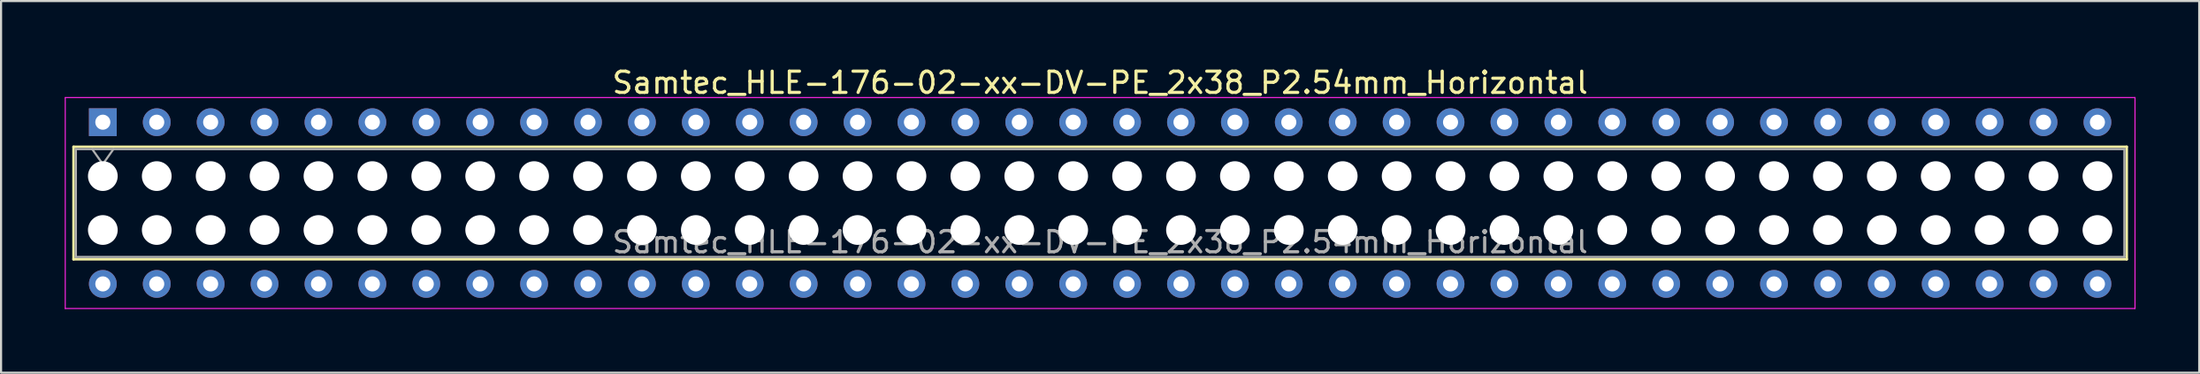
<source format=kicad_pcb>
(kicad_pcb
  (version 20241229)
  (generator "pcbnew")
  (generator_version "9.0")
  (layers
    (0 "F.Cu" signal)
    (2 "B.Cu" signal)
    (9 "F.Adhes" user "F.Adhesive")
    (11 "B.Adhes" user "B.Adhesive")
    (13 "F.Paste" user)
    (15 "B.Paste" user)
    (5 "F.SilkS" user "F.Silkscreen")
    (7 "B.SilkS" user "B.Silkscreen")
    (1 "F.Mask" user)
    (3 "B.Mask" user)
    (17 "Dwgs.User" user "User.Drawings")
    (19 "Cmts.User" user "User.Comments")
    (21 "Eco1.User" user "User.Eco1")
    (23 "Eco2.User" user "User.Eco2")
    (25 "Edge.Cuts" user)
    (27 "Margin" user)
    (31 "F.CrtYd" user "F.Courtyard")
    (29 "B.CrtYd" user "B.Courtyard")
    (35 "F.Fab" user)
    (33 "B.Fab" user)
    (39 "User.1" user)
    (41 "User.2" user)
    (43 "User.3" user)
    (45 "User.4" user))
  (footprint "Samtec_HLE-176-02-xx-DV-PE_2x38_P2.54mm_Horizontal"
    (layer "F.Cu")
    (at 1.795 2.708)
    (property "Reference" "Samtec_HLE-176-02-xx-DV-PE_2x38_P2.54mm_Horizontal" (at 46.99 -1.86 0) (layer "F.SilkS") (effects (font (size 1 1) (thickness 0.15))))
    (attr through_hole)
    (fp_line (start -1.38 1.16) (end 95.36 1.16) (stroke (width 0.12) (type solid)) (layer "F.SilkS"))
    (fp_line (start -1.38 6.46) (end -1.38 1.16) (stroke (width 0.12) (type solid)) (layer "F.SilkS"))
    (fp_line (start 95.36 1.16) (end 95.36 6.46) (stroke (width 0.12) (type solid)) (layer "F.SilkS"))
    (fp_line (start 95.36 6.46) (end -1.38 6.46) (stroke (width 0.12) (type solid)) (layer "F.SilkS"))
    (fp_line (start -1.77 -1.16) (end 95.75 -1.16) (stroke (width 0.05) (type solid)) (layer "F.CrtYd"))
    (fp_line (start -1.77 8.78) (end -1.77 -1.16) (stroke (width 0.05) (type solid)) (layer "F.CrtYd"))
    (fp_line (start 95.75 -1.16) (end 95.75 8.78) (stroke (width 0.05) (type solid)) (layer "F.CrtYd"))
    (fp_line (start 95.75 8.78) (end -1.77 8.78) (stroke (width 0.05) (type solid)) (layer "F.CrtYd"))
    (fp_line (start -1.27 1.27) (end 95.25 1.27) (stroke (width 0.1) (type solid)) (layer "F.Fab"))
    (fp_line (start -1.27 6.35) (end -1.27 1.27) (stroke (width 0.1) (type solid)) (layer "F.Fab"))
    (fp_line (start -0.5 1.27) (end 0 1.977) (stroke (width 0.1) (type solid)) (layer "F.Fab"))
    (fp_line (start 0 1.977) (end 0.5 1.27) (stroke (width 0.1) (type solid)) (layer "F.Fab"))
    (fp_line (start 95.25 1.27) (end 95.25 6.35) (stroke (width 0.1) (type solid)) (layer "F.Fab"))
    (fp_line (start 95.25 6.35) (end -1.27 6.35) (stroke (width 0.1) (type solid)) (layer "F.Fab"))
    (fp_text user "${REFERENCE}" (at 46.99 5.65 0) (layer "F.Fab") (effects (font (size 1 1) (thickness 0.15))))
    (pad "" np_thru_hole circle (at 0 2.54) (size 1.4 1.4) (drill 1.4) (layers "*.Cu" "*.Mask"))
    (pad "" np_thru_hole circle (at 0 5.08) (size 1.4 1.4) (drill 1.4) (layers "*.Cu" "*.Mask"))
    (pad "" np_thru_hole circle (at 2.54 2.54) (size 1.4 1.4) (drill 1.4) (layers "*.Cu" "*.Mask"))
    (pad "" np_thru_hole circle (at 2.54 5.08) (size 1.4 1.4) (drill 1.4) (layers "*.Cu" "*.Mask"))
    (pad "" np_thru_hole circle (at 5.08 2.54) (size 1.4 1.4) (drill 1.4) (layers "*.Cu" "*.Mask"))
    (pad "" np_thru_hole circle (at 5.08 5.08) (size 1.4 1.4) (drill 1.4) (layers "*.Cu" "*.Mask"))
    (pad "" np_thru_hole circle (at 7.62 2.54) (size 1.4 1.4) (drill 1.4) (layers "*.Cu" "*.Mask"))
    (pad "" np_thru_hole circle (at 7.62 5.08) (size 1.4 1.4) (drill 1.4) (layers "*.Cu" "*.Mask"))
    (pad "" np_thru_hole circle (at 10.16 2.54) (size 1.4 1.4) (drill 1.4) (layers "*.Cu" "*.Mask"))
    (pad "" np_thru_hole circle (at 10.16 5.08) (size 1.4 1.4) (drill 1.4) (layers "*.Cu" "*.Mask"))
    (pad "" np_thru_hole circle (at 12.7 2.54) (size 1.4 1.4) (drill 1.4) (layers "*.Cu" "*.Mask"))
    (pad "" np_thru_hole circle (at 12.7 5.08) (size 1.4 1.4) (drill 1.4) (layers "*.Cu" "*.Mask"))
    (pad "" np_thru_hole circle (at 15.24 2.54) (size 1.4 1.4) (drill 1.4) (layers "*.Cu" "*.Mask"))
    (pad "" np_thru_hole circle (at 15.24 5.08) (size 1.4 1.4) (drill 1.4) (layers "*.Cu" "*.Mask"))
    (pad "" np_thru_hole circle (at 17.78 2.54) (size 1.4 1.4) (drill 1.4) (layers "*.Cu" "*.Mask"))
    (pad "" np_thru_hole circle (at 17.78 5.08) (size 1.4 1.4) (drill 1.4) (layers "*.Cu" "*.Mask"))
    (pad "" np_thru_hole circle (at 20.32 2.54) (size 1.4 1.4) (drill 1.4) (layers "*.Cu" "*.Mask"))
    (pad "" np_thru_hole circle (at 20.32 5.08) (size 1.4 1.4) (drill 1.4) (layers "*.Cu" "*.Mask"))
    (pad "" np_thru_hole circle (at 22.86 2.54) (size 1.4 1.4) (drill 1.4) (layers "*.Cu" "*.Mask"))
    (pad "" np_thru_hole circle (at 22.86 5.08) (size 1.4 1.4) (drill 1.4) (layers "*.Cu" "*.Mask"))
    (pad "" np_thru_hole circle (at 25.4 2.54) (size 1.4 1.4) (drill 1.4) (layers "*.Cu" "*.Mask"))
    (pad "" np_thru_hole circle (at 25.4 5.08) (size 1.4 1.4) (drill 1.4) (layers "*.Cu" "*.Mask"))
    (pad "" np_thru_hole circle (at 27.94 2.54) (size 1.4 1.4) (drill 1.4) (layers "*.Cu" "*.Mask"))
    (pad "" np_thru_hole circle (at 27.94 5.08) (size 1.4 1.4) (drill 1.4) (layers "*.Cu" "*.Mask"))
    (pad "" np_thru_hole circle (at 30.48 2.54) (size 1.4 1.4) (drill 1.4) (layers "*.Cu" "*.Mask"))
    (pad "" np_thru_hole circle (at 30.48 5.08) (size 1.4 1.4) (drill 1.4) (layers "*.Cu" "*.Mask"))
    (pad "" np_thru_hole circle (at 33.02 2.54) (size 1.4 1.4) (drill 1.4) (layers "*.Cu" "*.Mask"))
    (pad "" np_thru_hole circle (at 33.02 5.08) (size 1.4 1.4) (drill 1.4) (layers "*.Cu" "*.Mask"))
    (pad "" np_thru_hole circle (at 35.56 2.54) (size 1.4 1.4) (drill 1.4) (layers "*.Cu" "*.Mask"))
    (pad "" np_thru_hole circle (at 35.56 5.08) (size 1.4 1.4) (drill 1.4) (layers "*.Cu" "*.Mask"))
    (pad "" np_thru_hole circle (at 38.1 2.54) (size 1.4 1.4) (drill 1.4) (layers "*.Cu" "*.Mask"))
    (pad "" np_thru_hole circle (at 38.1 5.08) (size 1.4 1.4) (drill 1.4) (layers "*.Cu" "*.Mask"))
    (pad "" np_thru_hole circle (at 40.64 2.54) (size 1.4 1.4) (drill 1.4) (layers "*.Cu" "*.Mask"))
    (pad "" np_thru_hole circle (at 40.64 5.08) (size 1.4 1.4) (drill 1.4) (layers "*.Cu" "*.Mask"))
    (pad "" np_thru_hole circle (at 43.18 2.54) (size 1.4 1.4) (drill 1.4) (layers "*.Cu" "*.Mask"))
    (pad "" np_thru_hole circle (at 43.18 5.08) (size 1.4 1.4) (drill 1.4) (layers "*.Cu" "*.Mask"))
    (pad "" np_thru_hole circle (at 45.72 2.54) (size 1.4 1.4) (drill 1.4) (layers "*.Cu" "*.Mask"))
    (pad "" np_thru_hole circle (at 45.72 5.08) (size 1.4 1.4) (drill 1.4) (layers "*.Cu" "*.Mask"))
    (pad "" np_thru_hole circle (at 48.26 2.54) (size 1.4 1.4) (drill 1.4) (layers "*.Cu" "*.Mask"))
    (pad "" np_thru_hole circle (at 48.26 5.08) (size 1.4 1.4) (drill 1.4) (layers "*.Cu" "*.Mask"))
    (pad "" np_thru_hole circle (at 50.8 2.54) (size 1.4 1.4) (drill 1.4) (layers "*.Cu" "*.Mask"))
    (pad "" np_thru_hole circle (at 50.8 5.08) (size 1.4 1.4) (drill 1.4) (layers "*.Cu" "*.Mask"))
    (pad "" np_thru_hole circle (at 53.34 2.54) (size 1.4 1.4) (drill 1.4) (layers "*.Cu" "*.Mask"))
    (pad "" np_thru_hole circle (at 53.34 5.08) (size 1.4 1.4) (drill 1.4) (layers "*.Cu" "*.Mask"))
    (pad "" np_thru_hole circle (at 55.88 2.54) (size 1.4 1.4) (drill 1.4) (layers "*.Cu" "*.Mask"))
    (pad "" np_thru_hole circle (at 55.88 5.08) (size 1.4 1.4) (drill 1.4) (layers "*.Cu" "*.Mask"))
    (pad "" np_thru_hole circle (at 58.42 2.54) (size 1.4 1.4) (drill 1.4) (layers "*.Cu" "*.Mask"))
    (pad "" np_thru_hole circle (at 58.42 5.08) (size 1.4 1.4) (drill 1.4) (layers "*.Cu" "*.Mask"))
    (pad "" np_thru_hole circle (at 60.96 2.54) (size 1.4 1.4) (drill 1.4) (layers "*.Cu" "*.Mask"))
    (pad "" np_thru_hole circle (at 60.96 5.08) (size 1.4 1.4) (drill 1.4) (layers "*.Cu" "*.Mask"))
    (pad "" np_thru_hole circle (at 63.5 2.54) (size 1.4 1.4) (drill 1.4) (layers "*.Cu" "*.Mask"))
    (pad "" np_thru_hole circle (at 63.5 5.08) (size 1.4 1.4) (drill 1.4) (layers "*.Cu" "*.Mask"))
    (pad "" np_thru_hole circle (at 66.04 2.54) (size 1.4 1.4) (drill 1.4) (layers "*.Cu" "*.Mask"))
    (pad "" np_thru_hole circle (at 66.04 5.08) (size 1.4 1.4) (drill 1.4) (layers "*.Cu" "*.Mask"))
    (pad "" np_thru_hole circle (at 68.58 2.54) (size 1.4 1.4) (drill 1.4) (layers "*.Cu" "*.Mask"))
    (pad "" np_thru_hole circle (at 68.58 5.08) (size 1.4 1.4) (drill 1.4) (layers "*.Cu" "*.Mask"))
    (pad "" np_thru_hole circle (at 71.12 2.54) (size 1.4 1.4) (drill 1.4) (layers "*.Cu" "*.Mask"))
    (pad "" np_thru_hole circle (at 71.12 5.08) (size 1.4 1.4) (drill 1.4) (layers "*.Cu" "*.Mask"))
    (pad "" np_thru_hole circle (at 73.66 2.54) (size 1.4 1.4) (drill 1.4) (layers "*.Cu" "*.Mask"))
    (pad "" np_thru_hole circle (at 73.66 5.08) (size 1.4 1.4) (drill 1.4) (layers "*.Cu" "*.Mask"))
    (pad "" np_thru_hole circle (at 76.2 2.54) (size 1.4 1.4) (drill 1.4) (layers "*.Cu" "*.Mask"))
    (pad "" np_thru_hole circle (at 76.2 5.08) (size 1.4 1.4) (drill 1.4) (layers "*.Cu" "*.Mask"))
    (pad "" np_thru_hole circle (at 78.74 2.54) (size 1.4 1.4) (drill 1.4) (layers "*.Cu" "*.Mask"))
    (pad "" np_thru_hole circle (at 78.74 5.08) (size 1.4 1.4) (drill 1.4) (layers "*.Cu" "*.Mask"))
    (pad "" np_thru_hole circle (at 81.28 2.54) (size 1.4 1.4) (drill 1.4) (layers "*.Cu" "*.Mask"))
    (pad "" np_thru_hole circle (at 81.28 5.08) (size 1.4 1.4) (drill 1.4) (layers "*.Cu" "*.Mask"))
    (pad "" np_thru_hole circle (at 83.82 2.54) (size 1.4 1.4) (drill 1.4) (layers "*.Cu" "*.Mask"))
    (pad "" np_thru_hole circle (at 83.82 5.08) (size 1.4 1.4) (drill 1.4) (layers "*.Cu" "*.Mask"))
    (pad "" np_thru_hole circle (at 86.36 2.54) (size 1.4 1.4) (drill 1.4) (layers "*.Cu" "*.Mask"))
    (pad "" np_thru_hole circle (at 86.36 5.08) (size 1.4 1.4) (drill 1.4) (layers "*.Cu" "*.Mask"))
    (pad "" np_thru_hole circle (at 88.9 2.54) (size 1.4 1.4) (drill 1.4) (layers "*.Cu" "*.Mask"))
    (pad "" np_thru_hole circle (at 88.9 5.08) (size 1.4 1.4) (drill 1.4) (layers "*.Cu" "*.Mask"))
    (pad "" np_thru_hole circle (at 91.44 2.54) (size 1.4 1.4) (drill 1.4) (layers "*.Cu" "*.Mask"))
    (pad "" np_thru_hole circle (at 91.44 5.08) (size 1.4 1.4) (drill 1.4) (layers "*.Cu" "*.Mask"))
    (pad "" np_thru_hole circle (at 93.98 2.54) (size 1.4 1.4) (drill 1.4) (layers "*.Cu" "*.Mask"))
    (pad "" np_thru_hole circle (at 93.98 5.08) (size 1.4 1.4) (drill 1.4) (layers "*.Cu" "*.Mask"))
    (pad "1" thru_hole rect (at 0 0) (size 1.31 1.31) (drill 0.71) (layers "*.Cu" "*.Mask"))
    (pad "2" thru_hole circle (at 0 7.62) (size 1.31 1.31) (drill 0.71) (layers "*.Cu" "*.Mask"))
    (pad "3" thru_hole circle (at 2.54 0) (size 1.31 1.31) (drill 0.71) (layers "*.Cu" "*.Mask"))
    (pad "4" thru_hole circle (at 2.54 7.62) (size 1.31 1.31) (drill 0.71) (layers "*.Cu" "*.Mask"))
    (pad "5" thru_hole circle (at 5.08 0) (size 1.31 1.31) (drill 0.71) (layers "*.Cu" "*.Mask"))
    (pad "6" thru_hole circle (at 5.08 7.62) (size 1.31 1.31) (drill 0.71) (layers "*.Cu" "*.Mask"))
    (pad "7" thru_hole circle (at 7.62 0) (size 1.31 1.31) (drill 0.71) (layers "*.Cu" "*.Mask"))
    (pad "8" thru_hole circle (at 7.62 7.62) (size 1.31 1.31) (drill 0.71) (layers "*.Cu" "*.Mask"))
    (pad "9" thru_hole circle (at 10.16 0) (size 1.31 1.31) (drill 0.71) (layers "*.Cu" "*.Mask"))
    (pad "10" thru_hole circle (at 10.16 7.62) (size 1.31 1.31) (drill 0.71) (layers "*.Cu" "*.Mask"))
    (pad "11" thru_hole circle (at 12.7 0) (size 1.31 1.31) (drill 0.71) (layers "*.Cu" "*.Mask"))
    (pad "12" thru_hole circle (at 12.7 7.62) (size 1.31 1.31) (drill 0.71) (layers "*.Cu" "*.Mask"))
    (pad "13" thru_hole circle (at 15.24 0) (size 1.31 1.31) (drill 0.71) (layers "*.Cu" "*.Mask"))
    (pad "14" thru_hole circle (at 15.24 7.62) (size 1.31 1.31) (drill 0.71) (layers "*.Cu" "*.Mask"))
    (pad "15" thru_hole circle (at 17.78 0) (size 1.31 1.31) (drill 0.71) (layers "*.Cu" "*.Mask"))
    (pad "16" thru_hole circle (at 17.78 7.62) (size 1.31 1.31) (drill 0.71) (layers "*.Cu" "*.Mask"))
    (pad "17" thru_hole circle (at 20.32 0) (size 1.31 1.31) (drill 0.71) (layers "*.Cu" "*.Mask"))
    (pad "18" thru_hole circle (at 20.32 7.62) (size 1.31 1.31) (drill 0.71) (layers "*.Cu" "*.Mask"))
    (pad "19" thru_hole circle (at 22.86 0) (size 1.31 1.31) (drill 0.71) (layers "*.Cu" "*.Mask"))
    (pad "20" thru_hole circle (at 22.86 7.62) (size 1.31 1.31) (drill 0.71) (layers "*.Cu" "*.Mask"))
    (pad "21" thru_hole circle (at 25.4 0) (size 1.31 1.31) (drill 0.71) (layers "*.Cu" "*.Mask"))
    (pad "22" thru_hole circle (at 25.4 7.62) (size 1.31 1.31) (drill 0.71) (layers "*.Cu" "*.Mask"))
    (pad "23" thru_hole circle (at 27.94 0) (size 1.31 1.31) (drill 0.71) (layers "*.Cu" "*.Mask"))
    (pad "24" thru_hole circle (at 27.94 7.62) (size 1.31 1.31) (drill 0.71) (layers "*.Cu" "*.Mask"))
    (pad "25" thru_hole circle (at 30.48 0) (size 1.31 1.31) (drill 0.71) (layers "*.Cu" "*.Mask"))
    (pad "26" thru_hole circle (at 30.48 7.62) (size 1.31 1.31) (drill 0.71) (layers "*.Cu" "*.Mask"))
    (pad "27" thru_hole circle (at 33.02 0) (size 1.31 1.31) (drill 0.71) (layers "*.Cu" "*.Mask"))
    (pad "28" thru_hole circle (at 33.02 7.62) (size 1.31 1.31) (drill 0.71) (layers "*.Cu" "*.Mask"))
    (pad "29" thru_hole circle (at 35.56 0) (size 1.31 1.31) (drill 0.71) (layers "*.Cu" "*.Mask"))
    (pad "30" thru_hole circle (at 35.56 7.62) (size 1.31 1.31) (drill 0.71) (layers "*.Cu" "*.Mask"))
    (pad "31" thru_hole circle (at 38.1 0) (size 1.31 1.31) (drill 0.71) (layers "*.Cu" "*.Mask"))
    (pad "32" thru_hole circle (at 38.1 7.62) (size 1.31 1.31) (drill 0.71) (layers "*.Cu" "*.Mask"))
    (pad "33" thru_hole circle (at 40.64 0) (size 1.31 1.31) (drill 0.71) (layers "*.Cu" "*.Mask"))
    (pad "34" thru_hole circle (at 40.64 7.62) (size 1.31 1.31) (drill 0.71) (layers "*.Cu" "*.Mask"))
    (pad "35" thru_hole circle (at 43.18 0) (size 1.31 1.31) (drill 0.71) (layers "*.Cu" "*.Mask"))
    (pad "36" thru_hole circle (at 43.18 7.62) (size 1.31 1.31) (drill 0.71) (layers "*.Cu" "*.Mask"))
    (pad "37" thru_hole circle (at 45.72 0) (size 1.31 1.31) (drill 0.71) (layers "*.Cu" "*.Mask"))
    (pad "38" thru_hole circle (at 45.72 7.62) (size 1.31 1.31) (drill 0.71) (layers "*.Cu" "*.Mask"))
    (pad "39" thru_hole circle (at 48.26 0) (size 1.31 1.31) (drill 0.71) (layers "*.Cu" "*.Mask"))
    (pad "40" thru_hole circle (at 48.26 7.62) (size 1.31 1.31) (drill 0.71) (layers "*.Cu" "*.Mask"))
    (pad "41" thru_hole circle (at 50.8 0) (size 1.31 1.31) (drill 0.71) (layers "*.Cu" "*.Mask"))
    (pad "42" thru_hole circle (at 50.8 7.62) (size 1.31 1.31) (drill 0.71) (layers "*.Cu" "*.Mask"))
    (pad "43" thru_hole circle (at 53.34 0) (size 1.31 1.31) (drill 0.71) (layers "*.Cu" "*.Mask"))
    (pad "44" thru_hole circle (at 53.34 7.62) (size 1.31 1.31) (drill 0.71) (layers "*.Cu" "*.Mask"))
    (pad "45" thru_hole circle (at 55.88 0) (size 1.31 1.31) (drill 0.71) (layers "*.Cu" "*.Mask"))
    (pad "46" thru_hole circle (at 55.88 7.62) (size 1.31 1.31) (drill 0.71) (layers "*.Cu" "*.Mask"))
    (pad "47" thru_hole circle (at 58.42 0) (size 1.31 1.31) (drill 0.71) (layers "*.Cu" "*.Mask"))
    (pad "48" thru_hole circle (at 58.42 7.62) (size 1.31 1.31) (drill 0.71) (layers "*.Cu" "*.Mask"))
    (pad "49" thru_hole circle (at 60.96 0) (size 1.31 1.31) (drill 0.71) (layers "*.Cu" "*.Mask"))
    (pad "50" thru_hole circle (at 60.96 7.62) (size 1.31 1.31) (drill 0.71) (layers "*.Cu" "*.Mask"))
    (pad "51" thru_hole circle (at 63.5 0) (size 1.31 1.31) (drill 0.71) (layers "*.Cu" "*.Mask"))
    (pad "52" thru_hole circle (at 63.5 7.62) (size 1.31 1.31) (drill 0.71) (layers "*.Cu" "*.Mask"))
    (pad "53" thru_hole circle (at 66.04 0) (size 1.31 1.31) (drill 0.71) (layers "*.Cu" "*.Mask"))
    (pad "54" thru_hole circle (at 66.04 7.62) (size 1.31 1.31) (drill 0.71) (layers "*.Cu" "*.Mask"))
    (pad "55" thru_hole circle (at 68.58 0) (size 1.31 1.31) (drill 0.71) (layers "*.Cu" "*.Mask"))
    (pad "56" thru_hole circle (at 68.58 7.62) (size 1.31 1.31) (drill 0.71) (layers "*.Cu" "*.Mask"))
    (pad "57" thru_hole circle (at 71.12 0) (size 1.31 1.31) (drill 0.71) (layers "*.Cu" "*.Mask"))
    (pad "58" thru_hole circle (at 71.12 7.62) (size 1.31 1.31) (drill 0.71) (layers "*.Cu" "*.Mask"))
    (pad "59" thru_hole circle (at 73.66 0) (size 1.31 1.31) (drill 0.71) (layers "*.Cu" "*.Mask"))
    (pad "60" thru_hole circle (at 73.66 7.62) (size 1.31 1.31) (drill 0.71) (layers "*.Cu" "*.Mask"))
    (pad "61" thru_hole circle (at 76.2 0) (size 1.31 1.31) (drill 0.71) (layers "*.Cu" "*.Mask"))
    (pad "62" thru_hole circle (at 76.2 7.62) (size 1.31 1.31) (drill 0.71) (layers "*.Cu" "*.Mask"))
    (pad "63" thru_hole circle (at 78.74 0) (size 1.31 1.31) (drill 0.71) (layers "*.Cu" "*.Mask"))
    (pad "64" thru_hole circle (at 78.74 7.62) (size 1.31 1.31) (drill 0.71) (layers "*.Cu" "*.Mask"))
    (pad "65" thru_hole circle (at 81.28 0) (size 1.31 1.31) (drill 0.71) (layers "*.Cu" "*.Mask"))
    (pad "66" thru_hole circle (at 81.28 7.62) (size 1.31 1.31) (drill 0.71) (layers "*.Cu" "*.Mask"))
    (pad "67" thru_hole circle (at 83.82 0) (size 1.31 1.31) (drill 0.71) (layers "*.Cu" "*.Mask"))
    (pad "68" thru_hole circle (at 83.82 7.62) (size 1.31 1.31) (drill 0.71) (layers "*.Cu" "*.Mask"))
    (pad "69" thru_hole circle (at 86.36 0) (size 1.31 1.31) (drill 0.71) (layers "*.Cu" "*.Mask"))
    (pad "70" thru_hole circle (at 86.36 7.62) (size 1.31 1.31) (drill 0.71) (layers "*.Cu" "*.Mask"))
    (pad "71" thru_hole circle (at 88.9 0) (size 1.31 1.31) (drill 0.71) (layers "*.Cu" "*.Mask"))
    (pad "72" thru_hole circle (at 88.9 7.62) (size 1.31 1.31) (drill 0.71) (layers "*.Cu" "*.Mask"))
    (pad "73" thru_hole circle (at 91.44 0) (size 1.31 1.31) (drill 0.71) (layers "*.Cu" "*.Mask"))
    (pad "74" thru_hole circle (at 91.44 7.62) (size 1.31 1.31) (drill 0.71) (layers "*.Cu" "*.Mask"))
    (pad "75" thru_hole circle (at 93.98 0) (size 1.31 1.31) (drill 0.71) (layers "*.Cu" "*.Mask"))
    (pad "76" thru_hole circle (at 93.98 7.62) (size 1.31 1.31) (drill 0.71) (layers "*.Cu" "*.Mask")))
  (gr_rect
    (start -3 -3)
    (end 100.57 14.513)
    (stroke (width 0.1) (type default))
    (fill no)
    (layer "Edge.Cuts")))
</source>
